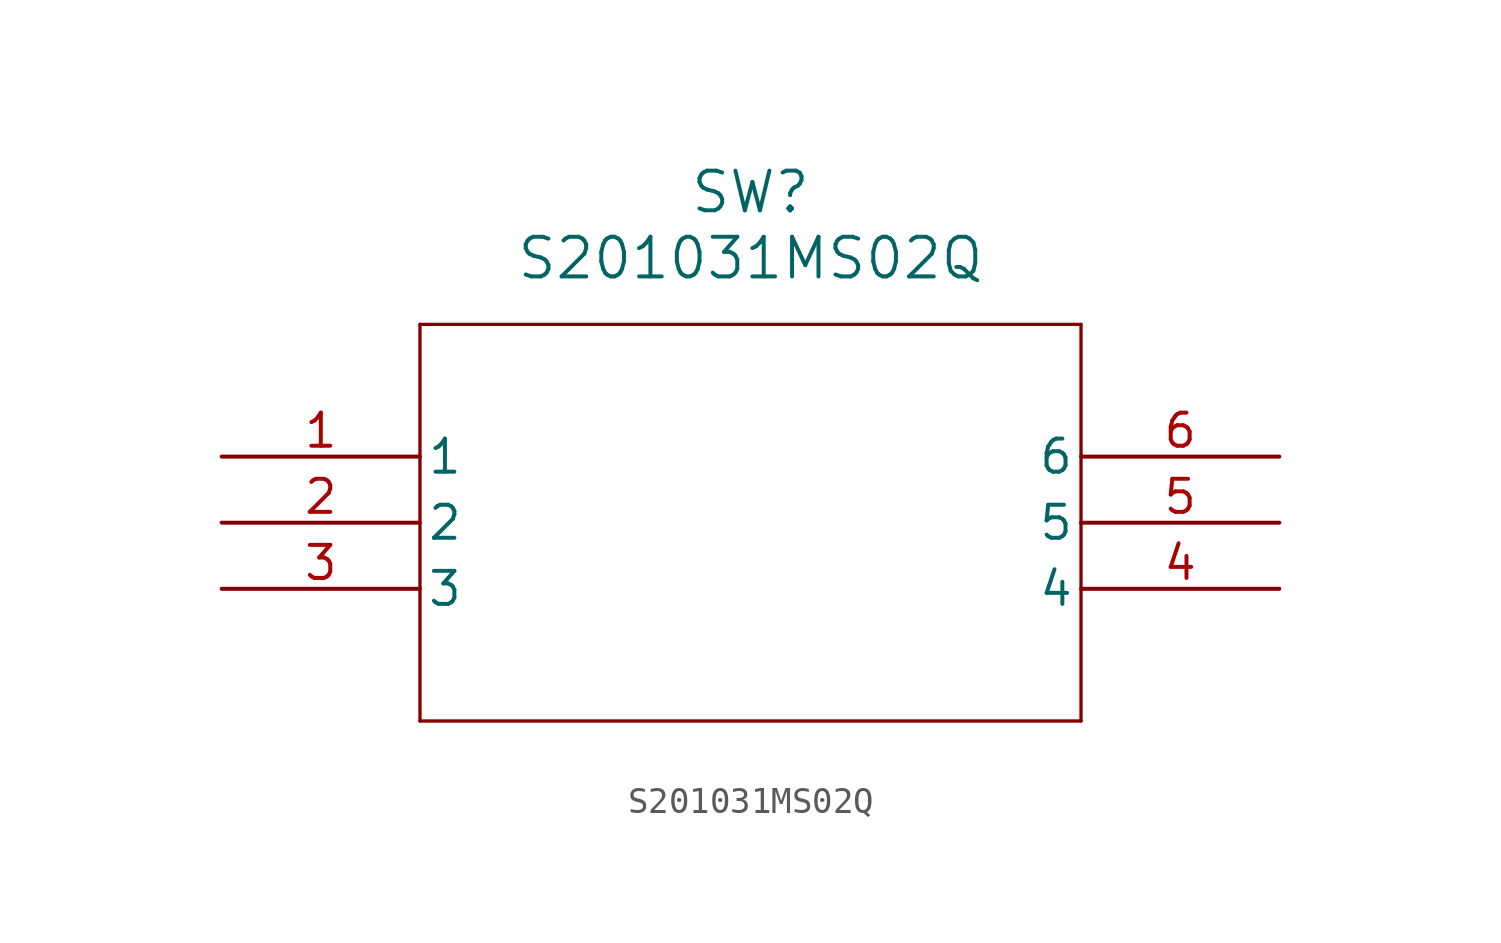
<source format=kicad_sym>
(kicad_symbol_lib
  (version 20211014)
  (generator kicad_symbol_editor)
  (symbol "S201031MS02Q"
    (pin_names
      (offset 0.254))
    (property "Reference" "SW"
      (at 20.32 10.16 0)
      (effects (font (size 1.524 1.524))))
    (property "Value" "S201031MS02Q"
      (at 20.32 7.62 0)
      (effects (font (size 1.524 1.524))))
    (symbol "S201031MS02Q_0_1"
      (polyline (pts (xy 7.62 5.08) (xy 7.62 -10.16)) (stroke (width 0.127) (type default) (color 0 0 0 0)) (fill (type none)))
      (polyline (pts (xy 7.62 -10.16) (xy 33.02 -10.16)) (stroke (width 0.127) (type default) (color 0 0 0 0)) (fill (type none)))
      (polyline (pts (xy 33.02 -10.16) (xy 33.02 5.08)) (stroke (width 0.127) (type default) (color 0 0 0 0)) (fill (type none)))
      (polyline (pts (xy 33.02 5.08) (xy 7.62 5.08)) (stroke (width 0.127) (type default) (color 0 0 0 0)) (fill (type none)))
      (pin unspecified line (at 0 0 0) (length 7.62) (name "1" (effects (font (size 1.27 1.27)))) (number "1" (effects (font (size 1.27 1.27)))))
      (pin unspecified line (at 0 -2.54 0) (length 7.62) (name "2" (effects (font (size 1.27 1.27)))) (number "2" (effects (font (size 1.27 1.27)))))
      (pin unspecified line (at 0 -5.08 0) (length 7.62) (name "3" (effects (font (size 1.27 1.27)))) (number "3" (effects (font (size 1.27 1.27)))))
      (pin unspecified line (at 40.64 -5.08 180) (length 7.62) (name "4" (effects (font (size 1.27 1.27)))) (number "4" (effects (font (size 1.27 1.27)))))
      (pin unspecified line (at 40.64 -2.54 180) (length 7.62) (name "5" (effects (font (size 1.27 1.27)))) (number "5" (effects (font (size 1.27 1.27)))))
      (pin unspecified line (at 40.64 0 180) (length 7.62) (name "6" (effects (font (size 1.27 1.27)))) (number "6" (effects (font (size 1.27 1.27))))))))
</source>
